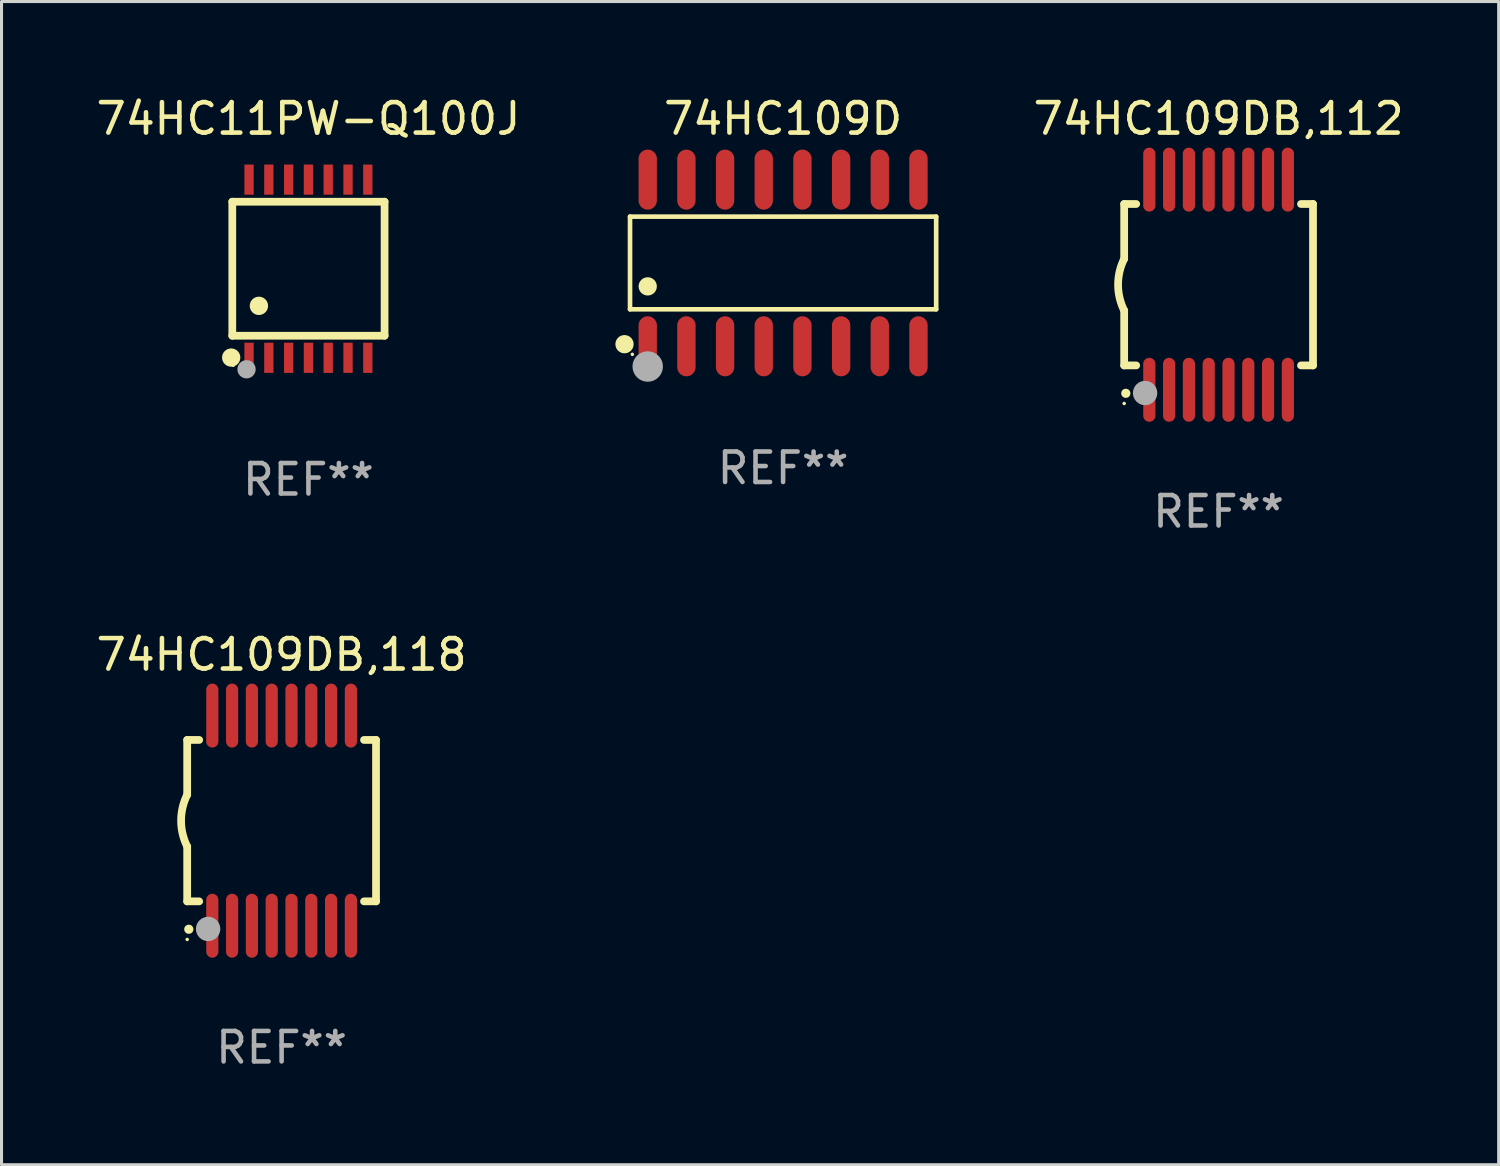
<source format=kicad_pcb>
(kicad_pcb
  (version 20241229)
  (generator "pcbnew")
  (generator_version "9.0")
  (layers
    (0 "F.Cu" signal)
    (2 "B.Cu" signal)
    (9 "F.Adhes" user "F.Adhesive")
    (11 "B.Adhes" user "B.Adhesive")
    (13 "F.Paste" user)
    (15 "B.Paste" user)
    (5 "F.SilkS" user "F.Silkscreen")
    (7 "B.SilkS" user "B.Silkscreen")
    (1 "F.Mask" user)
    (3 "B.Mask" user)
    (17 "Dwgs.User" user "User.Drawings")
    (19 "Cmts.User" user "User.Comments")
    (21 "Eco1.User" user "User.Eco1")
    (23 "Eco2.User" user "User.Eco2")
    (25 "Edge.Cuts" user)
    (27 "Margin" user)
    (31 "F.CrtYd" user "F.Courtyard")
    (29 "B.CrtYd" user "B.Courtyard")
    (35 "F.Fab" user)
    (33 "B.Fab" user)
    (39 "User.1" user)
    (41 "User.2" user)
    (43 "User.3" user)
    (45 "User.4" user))
  (footprint "74HC109DB,118"
    (layer "F.Cu")
    (at 6.196 23.895)
    (property "Reference" "74HC109DB,118" (at 0 -5.45 0) (layer "F.SilkS") (effects (font (size 1 1) (thickness 0.15))))
    (attr through_hole)
    (fp_line (start -3.1 -2.65) (end -3.1 -0.85) (stroke (width 0.254) (type solid)) (layer "F.SilkS"))
    (fp_line (start -3.1 -2.65) (end -2.706 -2.65) (stroke (width 0.254) (type solid)) (layer "F.SilkS"))
    (fp_line (start -3.1 2.65) (end -3.1 0.85) (stroke (width 0.254) (type solid)) (layer "F.SilkS"))
    (fp_line (start -3.1 2.65) (end -2.706 2.65) (stroke (width 0.254) (type solid)) (layer "F.SilkS"))
    (fp_line (start 2.706 -2.65) (end 3.1 -2.65) (stroke (width 0.254) (type solid)) (layer "F.SilkS"))
    (fp_line (start 2.706 2.65) (end 3.1 2.65) (stroke (width 0.254) (type solid)) (layer "F.SilkS"))
    (fp_line (start 3.1 -2.65) (end 3.1 2.65) (stroke (width 0.254) (type solid)) (layer "F.SilkS"))
    (fp_arc (start -3.098907 0.850902) (mid -3.300057 0.000523) (end -3.1 -0.850114) (stroke (width 0.254001) (type solid)) (layer "F.SilkS"))
    (fp_arc (start -3.048006 3.566066) (mid -3.046736 3.566061) (end -3.045466 3.566066) (stroke (width 0.3) (type solid)) (layer "F.SilkS"))
    (fp_circle (center -3.1 3.9) (end -3.07 3.9) (stroke (width 0.06) (type solid)) (fill no) (layer "F.SilkS"))
    (fp_circle (center -2.413 3.556) (end -2.213 3.556) (stroke (width 0.4) (type solid)) (fill no) (layer "F.Fab"))
    (fp_text user "REF**" (at 0 7.45 0) (layer "F.Fab") (effects (font (size 1 1) (thickness 0.15))))
    (pad "1" smd oval (at -2.275 3.45 180) (size 0.4 2.1) (layers "F.Cu" "F.Mask" "F.Paste"))
    (pad "2" smd oval (at -1.625 3.45 180) (size 0.4 2.1) (layers "F.Cu" "F.Mask" "F.Paste"))
    (pad "3" smd oval (at -0.975 3.45 180) (size 0.4 2.1) (layers "F.Cu" "F.Mask" "F.Paste"))
    (pad "4" smd oval (at -0.325 3.45 180) (size 0.4 2.1) (layers "F.Cu" "F.Mask" "F.Paste"))
    (pad "5" smd oval (at 0.325 3.45 180) (size 0.4 2.1) (layers "F.Cu" "F.Mask" "F.Paste"))
    (pad "6" smd oval (at 0.975 3.45 180) (size 0.4 2.1) (layers "F.Cu" "F.Mask" "F.Paste"))
    (pad "7" smd oval (at 1.625 3.45 180) (size 0.4 2.1) (layers "F.Cu" "F.Mask" "F.Paste"))
    (pad "8" smd oval (at 2.275 3.45 180) (size 0.4 2.1) (layers "F.Cu" "F.Mask" "F.Paste"))
    (pad "9" smd oval (at 2.275 -3.45 180) (size 0.4 2.1) (layers "F.Cu" "F.Mask" "F.Paste"))
    (pad "10" smd oval (at 1.625 -3.45 180) (size 0.4 2.1) (layers "F.Cu" "F.Mask" "F.Paste"))
    (pad "11" smd oval (at 0.975 -3.45 180) (size 0.4 2.1) (layers "F.Cu" "F.Mask" "F.Paste"))
    (pad "12" smd oval (at 0.325 -3.45 180) (size 0.4 2.1) (layers "F.Cu" "F.Mask" "F.Paste"))
    (pad "13" smd oval (at -0.325 -3.45 180) (size 0.4 2.1) (layers "F.Cu" "F.Mask" "F.Paste"))
    (pad "14" smd oval (at -0.975 -3.45 180) (size 0.4 2.1) (layers "F.Cu" "F.Mask" "F.Paste"))
    (pad "15" smd oval (at -1.625 -3.45 180) (size 0.4 2.1) (layers "F.Cu" "F.Mask" "F.Paste"))
    (pad "16" smd oval (at -2.275 -3.45 180) (size 0.4 2.1) (layers "F.Cu" "F.Mask" "F.Paste")))
  (footprint "74HC109D"
    (layer "F.Cu")
    (at 22.662 5.584)
    (property "Reference" "74HC109D" (at 0 -4.736 0) (layer "F.SilkS") (effects (font (size 1 1) (thickness 0.15))))
    (attr through_hole)
    (fp_line (start -5.026 -1.521) (end 5.026 -1.521) (stroke (width 0.152) (type solid)) (layer "F.SilkS"))
    (fp_line (start -5.026 1.521) (end -5.026 -1.521) (stroke (width 0.152) (type solid)) (layer "F.SilkS"))
    (fp_line (start 5.026 -1.521) (end 5.026 1.521) (stroke (width 0.152) (type solid)) (layer "F.SilkS"))
    (fp_line (start 5.026 1.521) (end -5.026 1.521) (stroke (width 0.152) (type solid)) (layer "F.SilkS"))
    (fp_circle (center -5.207 2.667) (end -5.057 2.667) (stroke (width 0.3) (type solid)) (fill no) (layer "F.SilkS"))
    (fp_circle (center -4.95 3) (end -4.92 3) (stroke (width 0.06) (type solid)) (fill no) (layer "F.SilkS"))
    (fp_circle (center -4.445 0.769) (end -4.295 0.769) (stroke (width 0.3) (type solid)) (fill no) (layer "F.SilkS"))
    (fp_circle (center -4.445 3.4) (end -4.195 3.4) (stroke (width 0.5) (type solid)) (fill no) (layer "F.Fab"))
    (fp_text user "REF**" (at 0 6.736 0) (layer "F.Fab") (effects (font (size 1 1) (thickness 0.15))))
    (pad "1" smd oval (at -4.445 2.736) (size 0.602 1.971) (layers "F.Cu" "F.Mask" "F.Paste"))
    (pad "2" smd oval (at -3.175 2.736) (size 0.602 1.971) (layers "F.Cu" "F.Mask" "F.Paste"))
    (pad "3" smd oval (at -1.905 2.736) (size 0.602 1.971) (layers "F.Cu" "F.Mask" "F.Paste"))
    (pad "4" smd oval (at -0.635 2.736) (size 0.602 1.971) (layers "F.Cu" "F.Mask" "F.Paste"))
    (pad "5" smd oval (at 0.635 2.736) (size 0.602 1.971) (layers "F.Cu" "F.Mask" "F.Paste"))
    (pad "6" smd oval (at 1.905 2.736) (size 0.602 1.971) (layers "F.Cu" "F.Mask" "F.Paste"))
    (pad "7" smd oval (at 3.175 2.736) (size 0.602 1.971) (layers "F.Cu" "F.Mask" "F.Paste"))
    (pad "8" smd oval (at 4.445 2.736) (size 0.602 1.971) (layers "F.Cu" "F.Mask" "F.Paste"))
    (pad "9" smd oval (at 4.445 -2.736) (size 0.602 1.971) (layers "F.Cu" "F.Mask" "F.Paste"))
    (pad "10" smd oval (at 3.175 -2.736) (size 0.602 1.971) (layers "F.Cu" "F.Mask" "F.Paste"))
    (pad "11" smd oval (at 1.905 -2.736) (size 0.602 1.971) (layers "F.Cu" "F.Mask" "F.Paste"))
    (pad "12" smd oval (at 0.635 -2.736) (size 0.602 1.971) (layers "F.Cu" "F.Mask" "F.Paste"))
    (pad "13" smd oval (at -0.635 -2.736) (size 0.602 1.971) (layers "F.Cu" "F.Mask" "F.Paste"))
    (pad "14" smd oval (at -1.905 -2.736) (size 0.602 1.971) (layers "F.Cu" "F.Mask" "F.Paste"))
    (pad "15" smd oval (at -3.175 -2.736) (size 0.602 1.971) (layers "F.Cu" "F.Mask" "F.Paste"))
    (pad "16" smd oval (at -4.445 -2.736) (size 0.602 1.971) (layers "F.Cu" "F.Mask" "F.Paste")))
  (footprint "74HC11PW-Q100J"
    (layer "F.Cu")
    (at 7.077 5.773)
    (property "Reference" "74HC11PW-Q100J" (at 0 -4.925 0) (layer "F.SilkS") (effects (font (size 1 1) (thickness 0.15))))
    (attr through_hole)
    (fp_line (start -2.5 2.2) (end -2.5 -2.2) (stroke (width 0.254) (type solid)) (layer "F.SilkS"))
    (fp_line (start -2.5 2.2) (end 2.5 2.2) (stroke (width 0.254) (type solid)) (layer "F.SilkS"))
    (fp_line (start 2.5 -2.2) (end -2.5 -2.2) (stroke (width 0.254) (type solid)) (layer "F.SilkS"))
    (fp_line (start 2.5 -2.2) (end 2.5 2.2) (stroke (width 0.254) (type solid)) (layer "F.SilkS"))
    (fp_circle (center -2.536 2.917) (end -2.386 2.917) (stroke (width 0.3) (type solid)) (fill no) (layer "F.SilkS"))
    (fp_circle (center -2.47 3.17) (end -2.44 3.17) (stroke (width 0.06) (type solid)) (fill no) (layer "F.SilkS"))
    (fp_circle (center -1.626 1.219) (end -1.475 1.219) (stroke (width 0.3) (type solid)) (fill no) (layer "F.SilkS"))
    (fp_circle (center -2.032 3.302) (end -1.882 3.302) (stroke (width 0.3) (type solid)) (fill no) (layer "F.Fab"))
    (fp_text user "REF**" (at 0 6.925 0) (layer "F.Fab") (effects (font (size 1 1) (thickness 0.15))))
    (pad "1" smd rect (at -1.95 2.925) (size 0.305 0.991) (layers "F.Cu" "F.Mask" "F.Paste"))
    (pad "2" smd rect (at -1.3 2.925) (size 0.305 0.991) (layers "F.Cu" "F.Mask" "F.Paste"))
    (pad "3" smd rect (at -0.65 2.925) (size 0.305 0.991) (layers "F.Cu" "F.Mask" "F.Paste"))
    (pad "4" smd rect (at 0 2.925) (size 0.305 0.991) (layers "F.Cu" "F.Mask" "F.Paste"))
    (pad "5" smd rect (at 0.65 2.925) (size 0.305 0.991) (layers "F.Cu" "F.Mask" "F.Paste"))
    (pad "6" smd rect (at 1.3 2.925) (size 0.305 0.991) (layers "F.Cu" "F.Mask" "F.Paste"))
    (pad "7" smd rect (at 1.95 2.925) (size 0.305 0.991) (layers "F.Cu" "F.Mask" "F.Paste"))
    (pad "8" smd rect (at 1.95 -2.925) (size 0.305 0.991) (layers "F.Cu" "F.Mask" "F.Paste"))
    (pad "9" smd rect (at 1.3 -2.925) (size 0.305 0.991) (layers "F.Cu" "F.Mask" "F.Paste"))
    (pad "10" smd rect (at 0.65 -2.925) (size 0.305 0.991) (layers "F.Cu" "F.Mask" "F.Paste"))
    (pad "11" smd rect (at 0 -2.925) (size 0.305 0.991) (layers "F.Cu" "F.Mask" "F.Paste"))
    (pad "12" smd rect (at -0.65 -2.925) (size 0.305 0.991) (layers "F.Cu" "F.Mask" "F.Paste"))
    (pad "13" smd rect (at -1.3 -2.925) (size 0.305 0.991) (layers "F.Cu" "F.Mask" "F.Paste"))
    (pad "14" smd rect (at -1.95 -2.925) (size 0.305 0.991) (layers "F.Cu" "F.Mask" "F.Paste")))
  (footprint "74HC109DB,112"
    (layer "F.Cu")
    (at 36.961 6.298)
    (property "Reference" "74HC109DB,112" (at 0 -5.45 0) (layer "F.SilkS") (effects (font (size 1 1) (thickness 0.15))))
    (attr through_hole)
    (fp_line (start -3.1 -2.65) (end -3.1 -0.85) (stroke (width 0.254) (type solid)) (layer "F.SilkS"))
    (fp_line (start -3.1 -2.65) (end -2.706 -2.65) (stroke (width 0.254) (type solid)) (layer "F.SilkS"))
    (fp_line (start -3.1 2.65) (end -3.1 0.85) (stroke (width 0.254) (type solid)) (layer "F.SilkS"))
    (fp_line (start -3.1 2.65) (end -2.706 2.65) (stroke (width 0.254) (type solid)) (layer "F.SilkS"))
    (fp_line (start 2.706 -2.65) (end 3.1 -2.65) (stroke (width 0.254) (type solid)) (layer "F.SilkS"))
    (fp_line (start 2.706 2.65) (end 3.1 2.65) (stroke (width 0.254) (type solid)) (layer "F.SilkS"))
    (fp_line (start 3.1 -2.65) (end 3.1 2.65) (stroke (width 0.254) (type solid)) (layer "F.SilkS"))
    (fp_arc (start -3.098907 0.850902) (mid -3.300057 0.000523) (end -3.1 -0.850114) (stroke (width 0.254001) (type solid)) (layer "F.SilkS"))
    (fp_arc (start -3.048006 3.566066) (mid -3.046736 3.566061) (end -3.045466 3.566066) (stroke (width 0.3) (type solid)) (layer "F.SilkS"))
    (fp_circle (center -3.1 3.9) (end -3.07 3.9) (stroke (width 0.06) (type solid)) (fill no) (layer "F.SilkS"))
    (fp_circle (center -2.413 3.556) (end -2.213 3.556) (stroke (width 0.4) (type solid)) (fill no) (layer "F.Fab"))
    (fp_text user "REF**" (at 0 7.45 0) (layer "F.Fab") (effects (font (size 1 1) (thickness 0.15))))
    (pad "1" smd oval (at -2.275 3.45 180) (size 0.4 2.1) (layers "F.Cu" "F.Mask" "F.Paste"))
    (pad "2" smd oval (at -1.625 3.45 180) (size 0.4 2.1) (layers "F.Cu" "F.Mask" "F.Paste"))
    (pad "3" smd oval (at -0.975 3.45 180) (size 0.4 2.1) (layers "F.Cu" "F.Mask" "F.Paste"))
    (pad "4" smd oval (at -0.325 3.45 180) (size 0.4 2.1) (layers "F.Cu" "F.Mask" "F.Paste"))
    (pad "5" smd oval (at 0.325 3.45 180) (size 0.4 2.1) (layers "F.Cu" "F.Mask" "F.Paste"))
    (pad "6" smd oval (at 0.975 3.45 180) (size 0.4 2.1) (layers "F.Cu" "F.Mask" "F.Paste"))
    (pad "7" smd oval (at 1.625 3.45 180) (size 0.4 2.1) (layers "F.Cu" "F.Mask" "F.Paste"))
    (pad "8" smd oval (at 2.275 3.45 180) (size 0.4 2.1) (layers "F.Cu" "F.Mask" "F.Paste"))
    (pad "9" smd oval (at 2.275 -3.45 180) (size 0.4 2.1) (layers "F.Cu" "F.Mask" "F.Paste"))
    (pad "10" smd oval (at 1.625 -3.45 180) (size 0.4 2.1) (layers "F.Cu" "F.Mask" "F.Paste"))
    (pad "11" smd oval (at 0.975 -3.45 180) (size 0.4 2.1) (layers "F.Cu" "F.Mask" "F.Paste"))
    (pad "12" smd oval (at 0.325 -3.45 180) (size 0.4 2.1) (layers "F.Cu" "F.Mask" "F.Paste"))
    (pad "13" smd oval (at -0.325 -3.45 180) (size 0.4 2.1) (layers "F.Cu" "F.Mask" "F.Paste"))
    (pad "14" smd oval (at -0.975 -3.45 180) (size 0.4 2.1) (layers "F.Cu" "F.Mask" "F.Paste"))
    (pad "15" smd oval (at -1.625 -3.45 180) (size 0.4 2.1) (layers "F.Cu" "F.Mask" "F.Paste"))
    (pad "16" smd oval (at -2.275 -3.45 180) (size 0.4 2.1) (layers "F.Cu" "F.Mask" "F.Paste")))
  (gr_rect
    (start -3 -3)
    (end 46.157 35.193)
    (stroke (width 0.1) (type default))
    (fill no)
    (layer "Edge.Cuts")))
</source>
